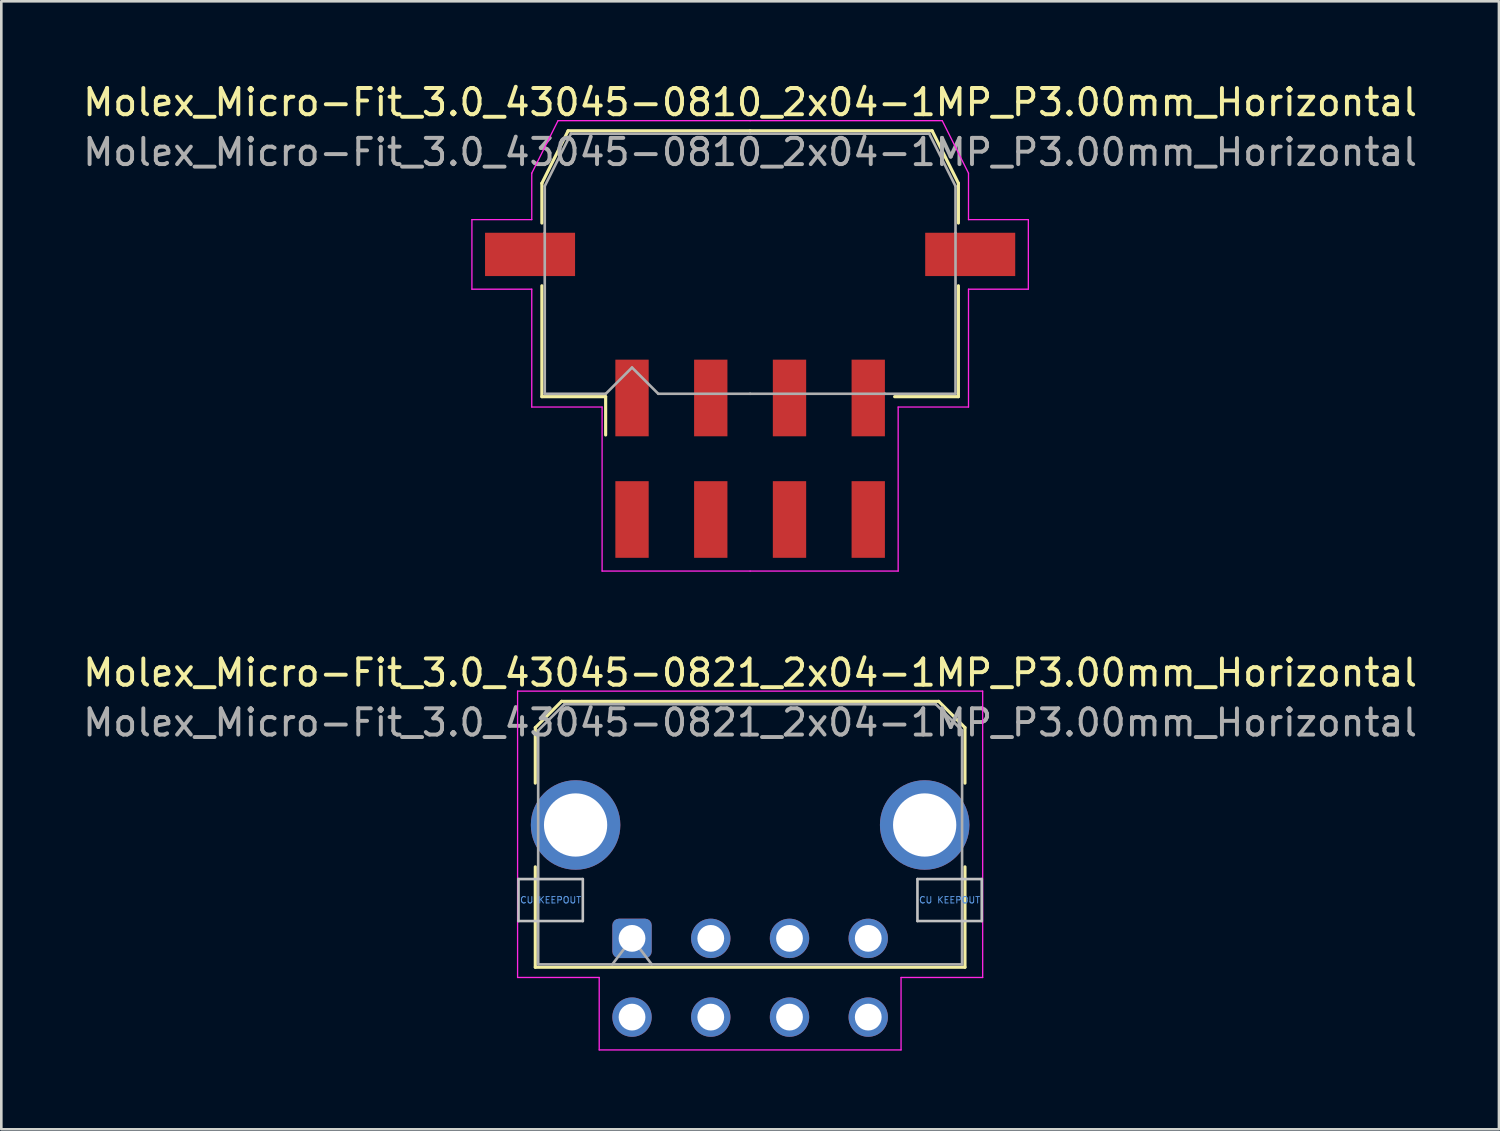
<source format=kicad_pcb>
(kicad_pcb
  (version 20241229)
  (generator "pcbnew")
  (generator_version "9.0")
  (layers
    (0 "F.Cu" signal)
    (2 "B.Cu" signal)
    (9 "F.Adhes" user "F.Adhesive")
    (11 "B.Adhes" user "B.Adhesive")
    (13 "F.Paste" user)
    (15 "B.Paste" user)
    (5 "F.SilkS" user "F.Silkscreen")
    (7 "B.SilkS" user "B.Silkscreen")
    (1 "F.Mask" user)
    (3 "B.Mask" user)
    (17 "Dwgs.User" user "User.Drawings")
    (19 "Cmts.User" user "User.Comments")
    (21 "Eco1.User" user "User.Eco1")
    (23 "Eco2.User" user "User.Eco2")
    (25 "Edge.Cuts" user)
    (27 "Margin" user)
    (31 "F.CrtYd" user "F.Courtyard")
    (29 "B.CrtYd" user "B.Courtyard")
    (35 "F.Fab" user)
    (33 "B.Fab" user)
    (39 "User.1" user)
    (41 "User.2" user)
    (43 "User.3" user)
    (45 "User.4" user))
  (footprint "Molex_Micro-Fit_3.0_43045-0810_2x04-1MP_P3.00mm_Horizontal"
    (layer "F.Cu")
    (at 25.53 14.428)
    (property "Reference" "Molex_Micro-Fit_3.0_43045-0810_2x04-1MP_P3.00mm_Horizontal" (at 0 -13.58 0) (layer "F.SilkS") (effects (font (size 1 1) (thickness 0.15))))
    (attr smd)
    (fp_line (start -7.935 -10.495) (end -7.935 -8.98) (stroke (width 0.12) (type solid)) (layer "F.SilkS"))
    (fp_line (start -7.935 -6.59) (end -7.935 -2.365) (stroke (width 0.12) (type solid)) (layer "F.SilkS"))
    (fp_line (start -7.935 -2.365) (end -5.505 -2.365) (stroke (width 0.12) (type solid)) (layer "F.SilkS"))
    (fp_line (start -6.935 -12.495) (end -7.935 -10.495) (stroke (width 0.12) (type solid)) (layer "F.SilkS"))
    (fp_line (start -5.505 -2.365) (end -5.505 -0.905) (stroke (width 0.12) (type solid)) (layer "F.SilkS"))
    (fp_line (start 0 -12.495) (end -6.935 -12.495) (stroke (width 0.12) (type solid)) (layer "F.SilkS"))
    (fp_line (start 0 -12.495) (end 6.935 -12.495) (stroke (width 0.12) (type solid)) (layer "F.SilkS"))
    (fp_line (start 6.935 -12.495) (end 7.935 -10.495) (stroke (width 0.12) (type solid)) (layer "F.SilkS"))
    (fp_line (start 7.935 -10.495) (end 7.935 -8.98) (stroke (width 0.12) (type solid)) (layer "F.SilkS"))
    (fp_line (start 7.935 -6.59) (end 7.935 -2.365) (stroke (width 0.12) (type solid)) (layer "F.SilkS"))
    (fp_line (start 7.935 -2.365) (end 5.505 -2.365) (stroke (width 0.12) (type solid)) (layer "F.SilkS"))
    (fp_line (start -10.6 -9.11) (end -10.6 -6.46) (stroke (width 0.05) (type solid)) (layer "F.CrtYd"))
    (fp_line (start -10.6 -6.46) (end -8.32 -6.46) (stroke (width 0.05) (type solid)) (layer "F.CrtYd"))
    (fp_line (start -8.32 -10.88) (end -8.32 -9.11) (stroke (width 0.05) (type solid)) (layer "F.CrtYd"))
    (fp_line (start -8.32 -9.11) (end -10.6 -9.11) (stroke (width 0.05) (type solid)) (layer "F.CrtYd"))
    (fp_line (start -8.32 -6.46) (end -8.32 -1.97) (stroke (width 0.05) (type solid)) (layer "F.CrtYd"))
    (fp_line (start -8.32 -1.97) (end -5.64 -1.97) (stroke (width 0.05) (type solid)) (layer "F.CrtYd"))
    (fp_line (start -7.32 -12.88) (end -8.32 -10.88) (stroke (width 0.05) (type solid)) (layer "F.CrtYd"))
    (fp_line (start -5.64 -1.97) (end -5.64 4.28) (stroke (width 0.05) (type solid)) (layer "F.CrtYd"))
    (fp_line (start -5.64 4.28) (end 0 4.28) (stroke (width 0.05) (type solid)) (layer "F.CrtYd"))
    (fp_line (start 0 -12.88) (end -7.32 -12.88) (stroke (width 0.05) (type solid)) (layer "F.CrtYd"))
    (fp_line (start 0 -12.88) (end 7.32 -12.88) (stroke (width 0.05) (type solid)) (layer "F.CrtYd"))
    (fp_line (start 5.64 -1.97) (end 5.64 4.28) (stroke (width 0.05) (type solid)) (layer "F.CrtYd"))
    (fp_line (start 5.64 4.28) (end 0 4.28) (stroke (width 0.05) (type solid)) (layer "F.CrtYd"))
    (fp_line (start 7.32 -12.88) (end 8.32 -10.88) (stroke (width 0.05) (type solid)) (layer "F.CrtYd"))
    (fp_line (start 8.32 -10.88) (end 8.32 -9.11) (stroke (width 0.05) (type solid)) (layer "F.CrtYd"))
    (fp_line (start 8.32 -9.11) (end 10.6 -9.11) (stroke (width 0.05) (type solid)) (layer "F.CrtYd"))
    (fp_line (start 8.32 -6.46) (end 8.32 -1.97) (stroke (width 0.05) (type solid)) (layer "F.CrtYd"))
    (fp_line (start 8.32 -1.97) (end 5.64 -1.97) (stroke (width 0.05) (type solid)) (layer "F.CrtYd"))
    (fp_line (start 10.6 -9.11) (end 10.6 -6.46) (stroke (width 0.05) (type solid)) (layer "F.CrtYd"))
    (fp_line (start 10.6 -6.46) (end 8.32 -6.46) (stroke (width 0.05) (type solid)) (layer "F.CrtYd"))
    (fp_line (start -7.825 -10.385) (end -7.825 -8.61) (stroke (width 0.1) (type solid)) (layer "F.Fab"))
    (fp_line (start -7.825 -8.61) (end -7.825 -2.475) (stroke (width 0.1) (type solid)) (layer "F.Fab"))
    (fp_line (start -7.825 -2.475) (end -5.5 -2.475) (stroke (width 0.1) (type solid)) (layer "F.Fab"))
    (fp_line (start -6.825 -12.385) (end -7.825 -10.385) (stroke (width 0.1) (type solid)) (layer "F.Fab"))
    (fp_line (start -5.5 -2.475) (end -4.5 -3.475) (stroke (width 0.1) (type solid)) (layer "F.Fab"))
    (fp_line (start -4.5 -3.475) (end -3.5 -2.475) (stroke (width 0.1) (type solid)) (layer "F.Fab"))
    (fp_line (start -3.5 -2.475) (end 0 -2.475) (stroke (width 0.1) (type solid)) (layer "F.Fab"))
    (fp_line (start 0 -12.385) (end -6.825 -12.385) (stroke (width 0.1) (type solid)) (layer "F.Fab"))
    (fp_line (start 0 -12.385) (end 6.825 -12.385) (stroke (width 0.1) (type solid)) (layer "F.Fab"))
    (fp_line (start 5.135 -2.475) (end 0 -2.475) (stroke (width 0.1) (type solid)) (layer "F.Fab"))
    (fp_line (start 6.825 -12.385) (end 7.825 -10.385) (stroke (width 0.1) (type solid)) (layer "F.Fab"))
    (fp_line (start 7.825 -10.385) (end 7.825 -8.61) (stroke (width 0.1) (type solid)) (layer "F.Fab"))
    (fp_line (start 7.825 -8.61) (end 7.825 -2.475) (stroke (width 0.1) (type solid)) (layer "F.Fab"))
    (fp_line (start 7.825 -2.475) (end 5.135 -2.475) (stroke (width 0.1) (type solid)) (layer "F.Fab"))
    (fp_text user "${REFERENCE}" (at 0 -11.68 0) (layer "F.Fab") (effects (font (size 1 1) (thickness 0.15))))
    (pad "1" smd rect (at -4.5 -2.315) (size 1.27 2.92) (layers "F.Cu" "F.Mask" "F.Paste"))
    (pad "2" smd rect (at -1.5 -2.315) (size 1.27 2.92) (layers "F.Cu" "F.Mask" "F.Paste"))
    (pad "3" smd rect (at 1.5 -2.315) (size 1.27 2.92) (layers "F.Cu" "F.Mask" "F.Paste"))
    (pad "4" smd rect (at 4.5 -2.315) (size 1.27 2.92) (layers "F.Cu" "F.Mask" "F.Paste"))
    (pad "5" smd rect (at -4.5 2.315) (size 1.27 2.92) (layers "F.Cu" "F.Mask" "F.Paste"))
    (pad "6" smd rect (at -1.5 2.315) (size 1.27 2.92) (layers "F.Cu" "F.Mask" "F.Paste"))
    (pad "7" smd rect (at 1.5 2.315) (size 1.27 2.92) (layers "F.Cu" "F.Mask" "F.Paste"))
    (pad "8" smd rect (at 4.5 2.315) (size 1.27 2.92) (layers "F.Cu" "F.Mask" "F.Paste"))
    (pad "MP" smd rect (at -8.385 -7.785) (size 3.43 1.65) (layers "F.Cu" "F.Mask" "F.Paste"))
    (pad "MP" smd rect (at 8.385 -7.785) (size 3.43 1.65) (layers "F.Cu" "F.Mask" "F.Paste")))
  (footprint "Molex_Micro-Fit_3.0_43045-0821_2x04-1MP_P3.00mm_Horizontal"
    (layer "F.Cu")
    (at 21.03 32.702)
    (property "Reference" "Molex_Micro-Fit_3.0_43045-0821_2x04-1MP_P3.00mm_Horizontal" (at 4.5 -10.12 0) (layer "F.SilkS") (effects (font (size 1 1) (thickness 0.15))))
    (attr through_hole)
    (fp_line (start -3.685 -8.03) (end -2.685 -9.03) (stroke (width 0.12) (type solid)) (layer "F.SilkS"))
    (fp_line (start -3.685 -5.915) (end -3.685 -8.03) (stroke (width 0.12) (type solid)) (layer "F.SilkS"))
    (fp_line (start -3.685 -2.725) (end -3.685 1.1) (stroke (width 0.12) (type solid)) (layer "F.SilkS"))
    (fp_line (start -3.685 1.1) (end 12.685 1.1) (stroke (width 0.12) (type solid)) (layer "F.SilkS"))
    (fp_line (start -2.685 -9.03) (end 11.685 -9.03) (stroke (width 0.12) (type solid)) (layer "F.SilkS"))
    (fp_line (start 11.685 -9.03) (end 12.685 -8.03) (stroke (width 0.12) (type solid)) (layer "F.SilkS"))
    (fp_line (start 12.685 -8.03) (end 12.685 -5.915) (stroke (width 0.12) (type solid)) (layer "F.SilkS"))
    (fp_line (start 12.685 1.1) (end 12.685 -2.725) (stroke (width 0.12) (type solid)) (layer "F.SilkS"))
    (fp_line (start -4.325 -2.26) (end -4.325 -0.66) (stroke (width 0.1) (type solid)) (layer "Dwgs.User"))
    (fp_line (start -4.325 -0.66) (end -1.875 -0.66) (stroke (width 0.1) (type solid)) (layer "Dwgs.User"))
    (fp_line (start -1.875 -2.26) (end -4.325 -2.26) (stroke (width 0.1) (type solid)) (layer "Dwgs.User"))
    (fp_line (start -1.875 -0.66) (end -1.875 -2.26) (stroke (width 0.1) (type solid)) (layer "Dwgs.User"))
    (fp_line (start 10.875 -2.26) (end 10.875 -0.66) (stroke (width 0.1) (type solid)) (layer "Dwgs.User"))
    (fp_line (start 10.875 -0.66) (end 13.325 -0.66) (stroke (width 0.1) (type solid)) (layer "Dwgs.User"))
    (fp_line (start 13.325 -2.26) (end 10.875 -2.26) (stroke (width 0.1) (type solid)) (layer "Dwgs.User"))
    (fp_line (start 13.325 -0.66) (end 13.325 -2.26) (stroke (width 0.1) (type solid)) (layer "Dwgs.User"))
    (fp_line (start -4.36 -9.42) (end 13.36 -9.42) (stroke (width 0.05) (type solid)) (layer "F.CrtYd"))
    (fp_line (start -4.36 1.49) (end -4.36 -9.42) (stroke (width 0.05) (type solid)) (layer "F.CrtYd"))
    (fp_line (start -1.25 1.49) (end -4.36 1.49) (stroke (width 0.05) (type solid)) (layer "F.CrtYd"))
    (fp_line (start -1.25 4.25) (end -1.25 1.49) (stroke (width 0.05) (type solid)) (layer "F.CrtYd"))
    (fp_line (start 10.25 1.49) (end 10.25 4.25) (stroke (width 0.05) (type solid)) (layer "F.CrtYd"))
    (fp_line (start 10.25 4.25) (end -1.25 4.25) (stroke (width 0.05) (type solid)) (layer "F.CrtYd"))
    (fp_line (start 13.36 -9.42) (end 13.36 1.49) (stroke (width 0.05) (type solid)) (layer "F.CrtYd"))
    (fp_line (start 13.36 1.49) (end 10.25 1.49) (stroke (width 0.05) (type solid)) (layer "F.CrtYd"))
    (fp_line (start -3.575 -7.92) (end -2.575 -8.92) (stroke (width 0.1) (type solid)) (layer "F.Fab"))
    (fp_line (start -3.575 0.99) (end -3.575 -7.92) (stroke (width 0.1) (type solid)) (layer "F.Fab"))
    (fp_line (start -2.575 -8.92) (end 11.575 -8.92) (stroke (width 0.1) (type solid)) (layer "F.Fab"))
    (fp_line (start -0.75 0.99) (end 0 0) (stroke (width 0.1) (type solid)) (layer "F.Fab"))
    (fp_line (start 0 0) (end 0.75 0.99) (stroke (width 0.1) (type solid)) (layer "F.Fab"))
    (fp_line (start 11.575 -8.92) (end 12.575 -7.92) (stroke (width 0.1) (type solid)) (layer "F.Fab"))
    (fp_line (start 12.575 -7.92) (end 12.575 0.99) (stroke (width 0.1) (type solid)) (layer "F.Fab"))
    (fp_line (start 12.575 0.99) (end -3.575 0.99) (stroke (width 0.1) (type solid)) (layer "F.Fab"))
    (fp_text user "CU KEEPOUT" (at -3.1 -1.46 0) (layer "Cmts.User") (effects (font (size 0.245 0.245) (thickness 0.037))))
    (fp_text user "CU KEEPOUT" (at 12.1 -1.46 0) (layer "Cmts.User") (effects (font (size 0.245 0.245) (thickness 0.037))))
    (fp_text user "${REFERENCE}" (at 4.5 -8.22 0) (layer "F.Fab") (effects (font (size 1 1) (thickness 0.15))))
    (pad "1" thru_hole roundrect (at 0 0) (size 1.5 1.5) (drill 1.02) (layers "*.Cu" "*.Mask") (roundrect_rratio 0.167))
    (pad "2" thru_hole circle (at 3 0) (size 1.5 1.5) (drill 1.02) (layers "*.Cu" "*.Mask"))
    (pad "3" thru_hole circle (at 6 0) (size 1.5 1.5) (drill 1.02) (layers "*.Cu" "*.Mask"))
    (pad "4" thru_hole circle (at 9 0) (size 1.5 1.5) (drill 1.02) (layers "*.Cu" "*.Mask"))
    (pad "5" thru_hole circle (at 0 3) (size 1.5 1.5) (drill 1.02) (layers "*.Cu" "*.Mask"))
    (pad "6" thru_hole circle (at 3 3) (size 1.5 1.5) (drill 1.02) (layers "*.Cu" "*.Mask"))
    (pad "7" thru_hole circle (at 6 3) (size 1.5 1.5) (drill 1.02) (layers "*.Cu" "*.Mask"))
    (pad "8" thru_hole circle (at 9 3) (size 1.5 1.5) (drill 1.02) (layers "*.Cu" "*.Mask"))
    (pad "MP" thru_hole circle (at -2.15 -4.32) (size 3.41 3.41) (drill 2.41) (layers "*.Cu" "*.Mask"))
    (pad "MP" thru_hole circle (at 11.15 -4.32) (size 3.41 3.41) (drill 2.41) (layers "*.Cu" "*.Mask")))
  (gr_rect
    (start -3 -3)
    (end 54.06 39.977)
    (stroke (width 0.1) (type default))
    (fill no)
    (layer "Edge.Cuts")))
</source>
